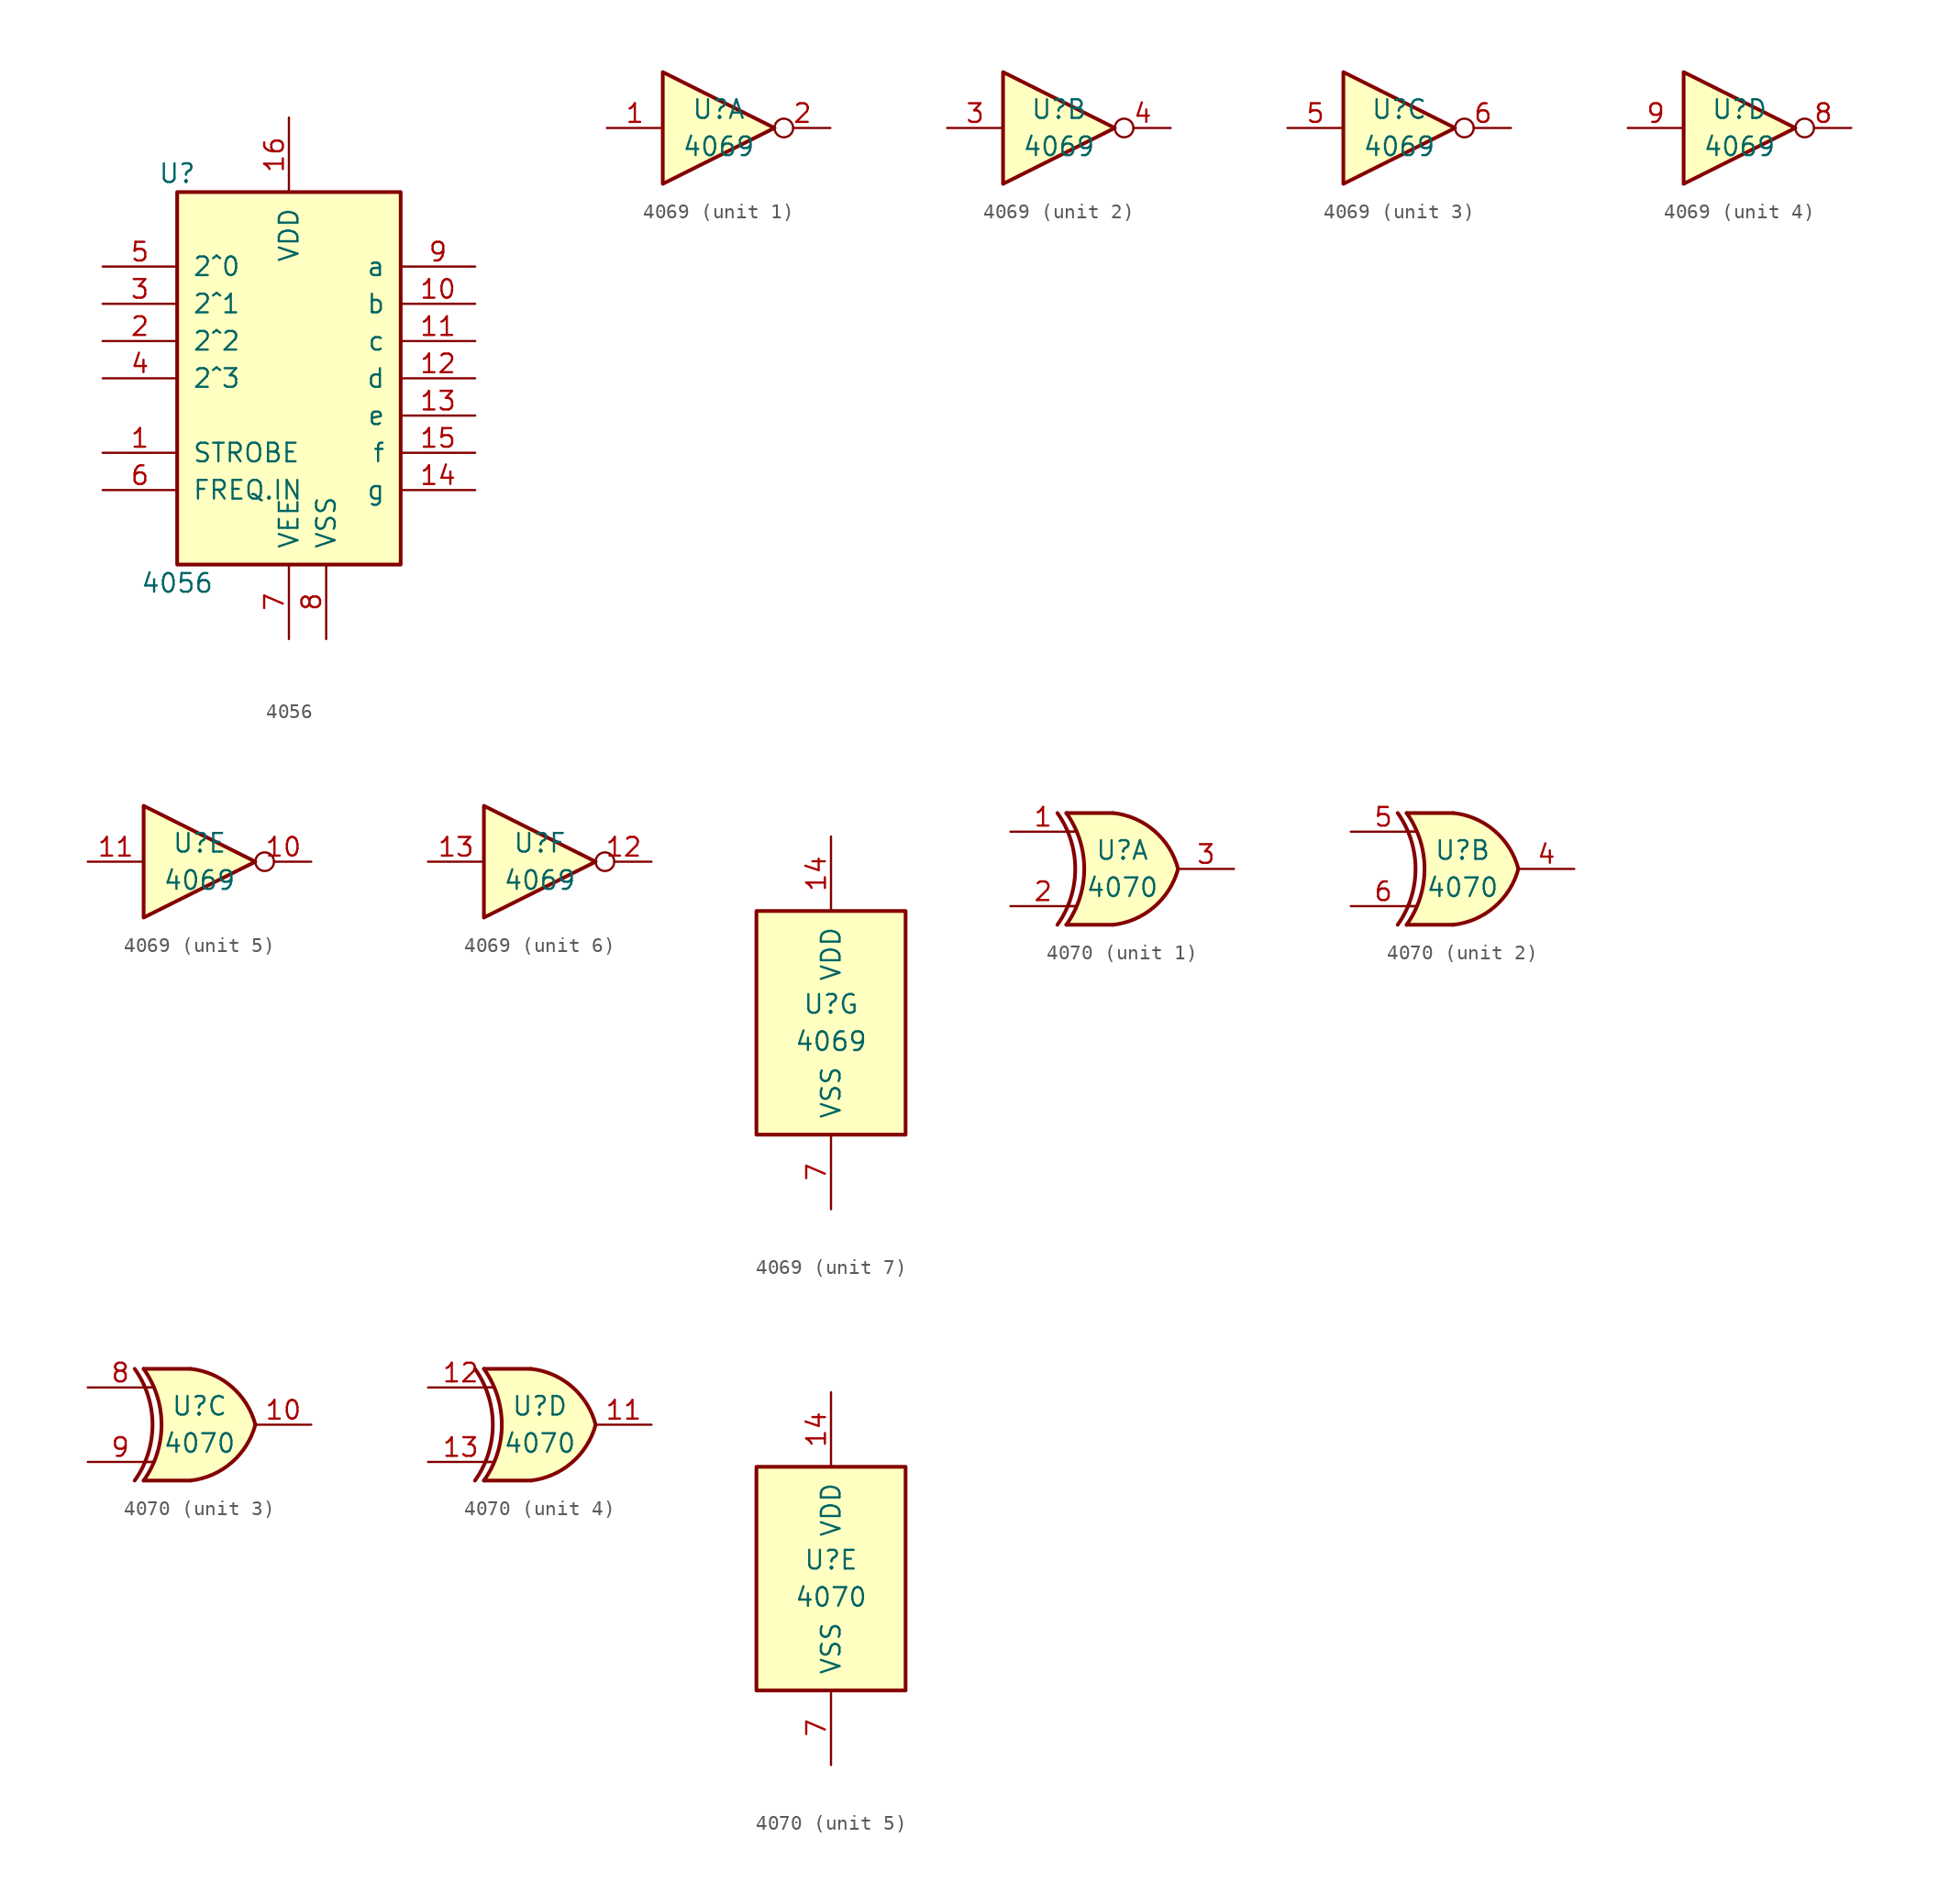
<source format=kicad_sym>
(kicad_symbol_lib
  (version 20211014)
  (generator kicad_symbol_editor)
  (symbol "4056"
    (pin_names
      (offset 1.016))
    (property "Reference" "U"
      (at -7.62 13.97 0)
      (effects (font (size 1.27 1.27))))
    (property "Value" "4056"
      (at -7.62 -13.97 0)
      (effects (font (size 1.27 1.27))))
    (property "ki_locked" ""
      (at 0 0 0)
      (effects (font (size 1.27 1.27))))
    (symbol "4056_1_0"
      (pin input line (at -12.7 -5.08 0) (length 5.08) (name "STROBE" (effects (font (size 1.27 1.27)))) (number "1" (effects (font (size 1.27 1.27)))))
      (pin output line (at 12.7 5.08 180) (length 5.08) (name "b" (effects (font (size 1.27 1.27)))) (number "10" (effects (font (size 1.27 1.27)))))
      (pin output line (at 12.7 2.54 180) (length 5.08) (name "c" (effects (font (size 1.27 1.27)))) (number "11" (effects (font (size 1.27 1.27)))))
      (pin output line (at 12.7 0 180) (length 5.08) (name "d" (effects (font (size 1.27 1.27)))) (number "12" (effects (font (size 1.27 1.27)))))
      (pin output line (at 12.7 -2.54 180) (length 5.08) (name "e" (effects (font (size 1.27 1.27)))) (number "13" (effects (font (size 1.27 1.27)))))
      (pin output line (at 12.7 -7.62 180) (length 5.08) (name "g" (effects (font (size 1.27 1.27)))) (number "14" (effects (font (size 1.27 1.27)))))
      (pin output line (at 12.7 -5.08 180) (length 5.08) (name "f" (effects (font (size 1.27 1.27)))) (number "15" (effects (font (size 1.27 1.27)))))
      (pin power_in line (at 0 17.78 270) (length 5.08) (name "VDD" (effects (font (size 1.27 1.27)))) (number "16" (effects (font (size 1.27 1.27)))))
      (pin input line (at -12.7 2.54 0) (length 5.08) (name "2^2" (effects (font (size 1.27 1.27)))) (number "2" (effects (font (size 1.27 1.27)))))
      (pin input line (at -12.7 5.08 0) (length 5.08) (name "2^1" (effects (font (size 1.27 1.27)))) (number "3" (effects (font (size 1.27 1.27)))))
      (pin input line (at -12.7 0 0) (length 5.08) (name "2^3" (effects (font (size 1.27 1.27)))) (number "4" (effects (font (size 1.27 1.27)))))
      (pin input line (at -12.7 7.62 0) (length 5.08) (name "2^0" (effects (font (size 1.27 1.27)))) (number "5" (effects (font (size 1.27 1.27)))))
      (pin input line (at -12.7 -7.62 0) (length 5.08) (name "FREQ.IN" (effects (font (size 1.27 1.27)))) (number "6" (effects (font (size 1.27 1.27)))))
      (pin power_in line (at 0 -17.78 90) (length 5.08) (name "VEE" (effects (font (size 1.27 1.27)))) (number "7" (effects (font (size 1.27 1.27)))))
      (pin power_in line (at 2.54 -17.78 90) (length 5.08) (name "VSS" (effects (font (size 1.27 1.27)))) (number "8" (effects (font (size 1.27 1.27)))))
      (pin output line (at 12.7 7.62 180) (length 5.08) (name "a" (effects (font (size 1.27 1.27)))) (number "9" (effects (font (size 1.27 1.27))))))
    (symbol "4056_1_1"
      (rectangle (start -7.62 12.7) (end 7.62 -12.7) (stroke (width 0.254) (type default) (color 0 0 0 0)) (fill (type background)))))
  (symbol "4069"
    (pin_names
      (offset 1.016))
    (property "Reference" "U"
      (at 0 1.27 0)
      (effects (font (size 1.27 1.27))))
    (property "Value" "4069"
      (at 0 -1.27 0)
      (effects (font (size 1.27 1.27))))
    (property "ki_locked" ""
      (at 0 0 0)
      (effects (font (size 1.27 1.27))))
    (symbol "4069_1_0"
      (polyline (pts (xy -3.81 3.81) (xy -3.81 -3.81) (xy 3.81 0) (xy -3.81 3.81)) (stroke (width 0.254) (type default) (color 0 0 0 0)) (fill (type background)))
      (pin input line (at -7.62 0 0) (length 3.81) (name "~" (effects (font (size 1.27 1.27)))) (number "1" (effects (font (size 1.27 1.27)))))
      (pin output inverted (at 7.62 0 180) (length 3.81) (name "~" (effects (font (size 1.27 1.27)))) (number "2" (effects (font (size 1.27 1.27))))))
    (symbol "4069_2_0"
      (polyline (pts (xy -3.81 3.81) (xy -3.81 -3.81) (xy 3.81 0) (xy -3.81 3.81)) (stroke (width 0.254) (type default) (color 0 0 0 0)) (fill (type background)))
      (pin input line (at -7.62 0 0) (length 3.81) (name "~" (effects (font (size 1.27 1.27)))) (number "3" (effects (font (size 1.27 1.27)))))
      (pin output inverted (at 7.62 0 180) (length 3.81) (name "~" (effects (font (size 1.27 1.27)))) (number "4" (effects (font (size 1.27 1.27))))))
    (symbol "4069_3_0"
      (polyline (pts (xy -3.81 3.81) (xy -3.81 -3.81) (xy 3.81 0) (xy -3.81 3.81)) (stroke (width 0.254) (type default) (color 0 0 0 0)) (fill (type background)))
      (pin input line (at -7.62 0 0) (length 3.81) (name "~" (effects (font (size 1.27 1.27)))) (number "5" (effects (font (size 1.27 1.27)))))
      (pin output inverted (at 7.62 0 180) (length 3.81) (name "~" (effects (font (size 1.27 1.27)))) (number "6" (effects (font (size 1.27 1.27))))))
    (symbol "4069_4_0"
      (polyline (pts (xy -3.81 3.81) (xy -3.81 -3.81) (xy 3.81 0) (xy -3.81 3.81)) (stroke (width 0.254) (type default) (color 0 0 0 0)) (fill (type background)))
      (pin output inverted (at 7.62 0 180) (length 3.81) (name "~" (effects (font (size 1.27 1.27)))) (number "8" (effects (font (size 1.27 1.27)))))
      (pin input line (at -7.62 0 0) (length 3.81) (name "~" (effects (font (size 1.27 1.27)))) (number "9" (effects (font (size 1.27 1.27))))))
    (symbol "4069_5_0"
      (polyline (pts (xy -3.81 3.81) (xy -3.81 -3.81) (xy 3.81 0) (xy -3.81 3.81)) (stroke (width 0.254) (type default) (color 0 0 0 0)) (fill (type background)))
      (pin output inverted (at 7.62 0 180) (length 3.81) (name "~" (effects (font (size 1.27 1.27)))) (number "10" (effects (font (size 1.27 1.27)))))
      (pin input line (at -7.62 0 0) (length 3.81) (name "~" (effects (font (size 1.27 1.27)))) (number "11" (effects (font (size 1.27 1.27))))))
    (symbol "4069_6_0"
      (polyline (pts (xy -3.81 3.81) (xy -3.81 -3.81) (xy 3.81 0) (xy -3.81 3.81)) (stroke (width 0.254) (type default) (color 0 0 0 0)) (fill (type background)))
      (pin output inverted (at 7.62 0 180) (length 3.81) (name "~" (effects (font (size 1.27 1.27)))) (number "12" (effects (font (size 1.27 1.27)))))
      (pin input line (at -7.62 0 0) (length 3.81) (name "~" (effects (font (size 1.27 1.27)))) (number "13" (effects (font (size 1.27 1.27))))))
    (symbol "4069_7_0"
      (pin power_in line (at 0 12.7 270) (length 5.08) (name "VDD" (effects (font (size 1.27 1.27)))) (number "14" (effects (font (size 1.27 1.27)))))
      (pin power_in line (at 0 -12.7 90) (length 5.08) (name "VSS" (effects (font (size 1.27 1.27)))) (number "7" (effects (font (size 1.27 1.27))))))
    (symbol "4069_7_1"
      (rectangle (start -5.08 7.62) (end 5.08 -7.62) (stroke (width 0.254) (type default) (color 0 0 0 0)) (fill (type background)))))
  (symbol "4070"
    (pin_names
      (offset 1.016))
    (property "Reference" "U"
      (at 0 1.27 0)
      (effects (font (size 1.27 1.27))))
    (property "Value" "4070"
      (at 0 -1.27 0)
      (effects (font (size 1.27 1.27))))
    (property "ki_locked" ""
      (at 0 0 0)
      (effects (font (size 1.27 1.27))))
    (symbol "4070_1_0"
      (arc (start -4.4196 -3.81) (mid -3.2033 0) (end -4.4196 3.81) (stroke (width 0.254) (type default) (color 0 0 0 0)) (fill (type none)))
      (arc (start -3.81 -3.81) (mid -2.589 0) (end -3.81 3.81) (stroke (width 0.254) (type default) (color 0 0 0 0)) (fill (type none)))
      (arc (start -0.6096 -3.81) (mid 2.1842 -2.5851) (end 3.81 0) (stroke (width 0.254) (type default) (color 0 0 0 0)) (fill (type background)))
      (polyline (pts (xy -3.81 -3.81) (xy -0.635 -3.81)) (stroke (width 0.254) (type default) (color 0 0 0 0)) (fill (type background)))
      (polyline (pts (xy -3.81 3.81) (xy -0.635 3.81)) (stroke (width 0.254) (type default) (color 0 0 0 0)) (fill (type background)))
      (polyline (pts (xy -0.635 3.81) (xy -3.81 3.81) (xy -3.81 3.81) (xy -3.556 3.404) (xy -3.023 2.261) (xy -2.692 1.041) (xy -2.616 -0.254) (xy -2.769 -1.499) (xy -3.175 -2.718) (xy -3.81 -3.81) (xy -3.81 -3.81) (xy -0.635 -3.81)) (stroke (width -25.4) (type default) (color 0 0 0 0)) (fill (type background)))
      (arc (start 3.81 0) (mid 2.1915 2.5936) (end -0.6096 3.81) (stroke (width 0.254) (type default) (color 0 0 0 0)) (fill (type background)))
      (pin input line (at -7.62 2.54 0) (length 4.445) (name "~" (effects (font (size 1.27 1.27)))) (number "1" (effects (font (size 1.27 1.27)))))
      (pin input line (at -7.62 -2.54 0) (length 4.445) (name "~" (effects (font (size 1.27 1.27)))) (number "2" (effects (font (size 1.27 1.27)))))
      (pin output line (at 7.62 0 180) (length 3.81) (name "~" (effects (font (size 1.27 1.27)))) (number "3" (effects (font (size 1.27 1.27))))))
    (symbol "4070_1_1"
      (polyline (pts (xy -3.81 -2.54) (xy -3.175 -2.54)) (stroke (width 0.152) (type default) (color 0 0 0 0)) (fill (type none)))
      (polyline (pts (xy -3.81 2.54) (xy -3.175 2.54)) (stroke (width 0.152) (type default) (color 0 0 0 0)) (fill (type none))))
    (symbol "4070_2_0"
      (arc (start -4.4196 -3.81) (mid -3.2033 0) (end -4.4196 3.81) (stroke (width 0.254) (type default) (color 0 0 0 0)) (fill (type none)))
      (arc (start -3.81 -3.81) (mid -2.589 0) (end -3.81 3.81) (stroke (width 0.254) (type default) (color 0 0 0 0)) (fill (type none)))
      (arc (start -0.6096 -3.81) (mid 2.1842 -2.5851) (end 3.81 0) (stroke (width 0.254) (type default) (color 0 0 0 0)) (fill (type background)))
      (polyline (pts (xy -3.81 -3.81) (xy -0.635 -3.81)) (stroke (width 0.254) (type default) (color 0 0 0 0)) (fill (type background)))
      (polyline (pts (xy -3.81 3.81) (xy -0.635 3.81)) (stroke (width 0.254) (type default) (color 0 0 0 0)) (fill (type background)))
      (polyline (pts (xy -0.635 3.81) (xy -3.81 3.81) (xy -3.81 3.81) (xy -3.556 3.404) (xy -3.023 2.261) (xy -2.692 1.041) (xy -2.616 -0.254) (xy -2.769 -1.499) (xy -3.175 -2.718) (xy -3.81 -3.81) (xy -3.81 -3.81) (xy -0.635 -3.81)) (stroke (width -25.4) (type default) (color 0 0 0 0)) (fill (type background)))
      (arc (start 3.81 0) (mid 2.1915 2.5936) (end -0.6096 3.81) (stroke (width 0.254) (type default) (color 0 0 0 0)) (fill (type background)))
      (pin output line (at 7.62 0 180) (length 3.81) (name "~" (effects (font (size 1.27 1.27)))) (number "4" (effects (font (size 1.27 1.27)))))
      (pin input line (at -7.62 2.54 0) (length 4.445) (name "~" (effects (font (size 1.27 1.27)))) (number "5" (effects (font (size 1.27 1.27)))))
      (pin input line (at -7.62 -2.54 0) (length 4.445) (name "~" (effects (font (size 1.27 1.27)))) (number "6" (effects (font (size 1.27 1.27))))))
    (symbol "4070_2_1"
      (polyline (pts (xy -3.81 -2.54) (xy -3.175 -2.54)) (stroke (width 0.152) (type default) (color 0 0 0 0)) (fill (type none)))
      (polyline (pts (xy -3.81 2.54) (xy -3.175 2.54)) (stroke (width 0.152) (type default) (color 0 0 0 0)) (fill (type none))))
    (symbol "4070_3_0"
      (arc (start -4.4196 -3.81) (mid -3.2033 0) (end -4.4196 3.81) (stroke (width 0.254) (type default) (color 0 0 0 0)) (fill (type none)))
      (arc (start -3.81 -3.81) (mid -2.589 0) (end -3.81 3.81) (stroke (width 0.254) (type default) (color 0 0 0 0)) (fill (type none)))
      (arc (start -0.6096 -3.81) (mid 2.1842 -2.5851) (end 3.81 0) (stroke (width 0.254) (type default) (color 0 0 0 0)) (fill (type background)))
      (polyline (pts (xy -3.81 -3.81) (xy -0.635 -3.81)) (stroke (width 0.254) (type default) (color 0 0 0 0)) (fill (type background)))
      (polyline (pts (xy -3.81 3.81) (xy -0.635 3.81)) (stroke (width 0.254) (type default) (color 0 0 0 0)) (fill (type background)))
      (polyline (pts (xy -0.635 3.81) (xy -3.81 3.81) (xy -3.81 3.81) (xy -3.556 3.404) (xy -3.023 2.261) (xy -2.692 1.041) (xy -2.616 -0.254) (xy -2.769 -1.499) (xy -3.175 -2.718) (xy -3.81 -3.81) (xy -3.81 -3.81) (xy -0.635 -3.81)) (stroke (width -25.4) (type default) (color 0 0 0 0)) (fill (type background)))
      (arc (start 3.81 0) (mid 2.1915 2.5936) (end -0.6096 3.81) (stroke (width 0.254) (type default) (color 0 0 0 0)) (fill (type background)))
      (pin output line (at 7.62 0 180) (length 3.81) (name "~" (effects (font (size 1.27 1.27)))) (number "10" (effects (font (size 1.27 1.27)))))
      (pin input line (at -7.62 2.54 0) (length 4.445) (name "~" (effects (font (size 1.27 1.27)))) (number "8" (effects (font (size 1.27 1.27)))))
      (pin input line (at -7.62 -2.54 0) (length 4.445) (name "~" (effects (font (size 1.27 1.27)))) (number "9" (effects (font (size 1.27 1.27))))))
    (symbol "4070_3_1"
      (polyline (pts (xy -3.81 -2.54) (xy -3.175 -2.54)) (stroke (width 0.152) (type default) (color 0 0 0 0)) (fill (type none)))
      (polyline (pts (xy -3.81 2.54) (xy -3.175 2.54)) (stroke (width 0.152) (type default) (color 0 0 0 0)) (fill (type none))))
    (symbol "4070_4_0"
      (arc (start -4.4196 -3.81) (mid -3.2033 0) (end -4.4196 3.81) (stroke (width 0.254) (type default) (color 0 0 0 0)) (fill (type none)))
      (arc (start -3.81 -3.81) (mid -2.589 0) (end -3.81 3.81) (stroke (width 0.254) (type default) (color 0 0 0 0)) (fill (type none)))
      (arc (start -0.6096 -3.81) (mid 2.1842 -2.5851) (end 3.81 0) (stroke (width 0.254) (type default) (color 0 0 0 0)) (fill (type background)))
      (polyline (pts (xy -3.81 -3.81) (xy -0.635 -3.81)) (stroke (width 0.254) (type default) (color 0 0 0 0)) (fill (type background)))
      (polyline (pts (xy -3.81 3.81) (xy -0.635 3.81)) (stroke (width 0.254) (type default) (color 0 0 0 0)) (fill (type background)))
      (polyline (pts (xy -0.635 3.81) (xy -3.81 3.81) (xy -3.81 3.81) (xy -3.556 3.404) (xy -3.023 2.261) (xy -2.692 1.041) (xy -2.616 -0.254) (xy -2.769 -1.499) (xy -3.175 -2.718) (xy -3.81 -3.81) (xy -3.81 -3.81) (xy -0.635 -3.81)) (stroke (width -25.4) (type default) (color 0 0 0 0)) (fill (type background)))
      (arc (start 3.81 0) (mid 2.1915 2.5936) (end -0.6096 3.81) (stroke (width 0.254) (type default) (color 0 0 0 0)) (fill (type background)))
      (pin output line (at 7.62 0 180) (length 3.81) (name "~" (effects (font (size 1.27 1.27)))) (number "11" (effects (font (size 1.27 1.27)))))
      (pin input line (at -7.62 2.54 0) (length 4.445) (name "~" (effects (font (size 1.27 1.27)))) (number "12" (effects (font (size 1.27 1.27)))))
      (pin input line (at -7.62 -2.54 0) (length 4.445) (name "~" (effects (font (size 1.27 1.27)))) (number "13" (effects (font (size 1.27 1.27))))))
    (symbol "4070_4_1"
      (polyline (pts (xy -3.81 -2.54) (xy -3.175 -2.54)) (stroke (width 0.152) (type default) (color 0 0 0 0)) (fill (type none)))
      (polyline (pts (xy -3.81 2.54) (xy -3.175 2.54)) (stroke (width 0.152) (type default) (color 0 0 0 0)) (fill (type none))))
    (symbol "4070_5_0"
      (pin power_in line (at 0 12.7 270) (length 5.08) (name "VDD" (effects (font (size 1.27 1.27)))) (number "14" (effects (font (size 1.27 1.27)))))
      (pin power_in line (at 0 -12.7 90) (length 5.08) (name "VSS" (effects (font (size 1.27 1.27)))) (number "7" (effects (font (size 1.27 1.27))))))
    (symbol "4070_5_1"
      (rectangle (start -5.08 7.62) (end 5.08 -7.62) (stroke (width 0.254) (type default) (color 0 0 0 0)) (fill (type background))))))
</source>
